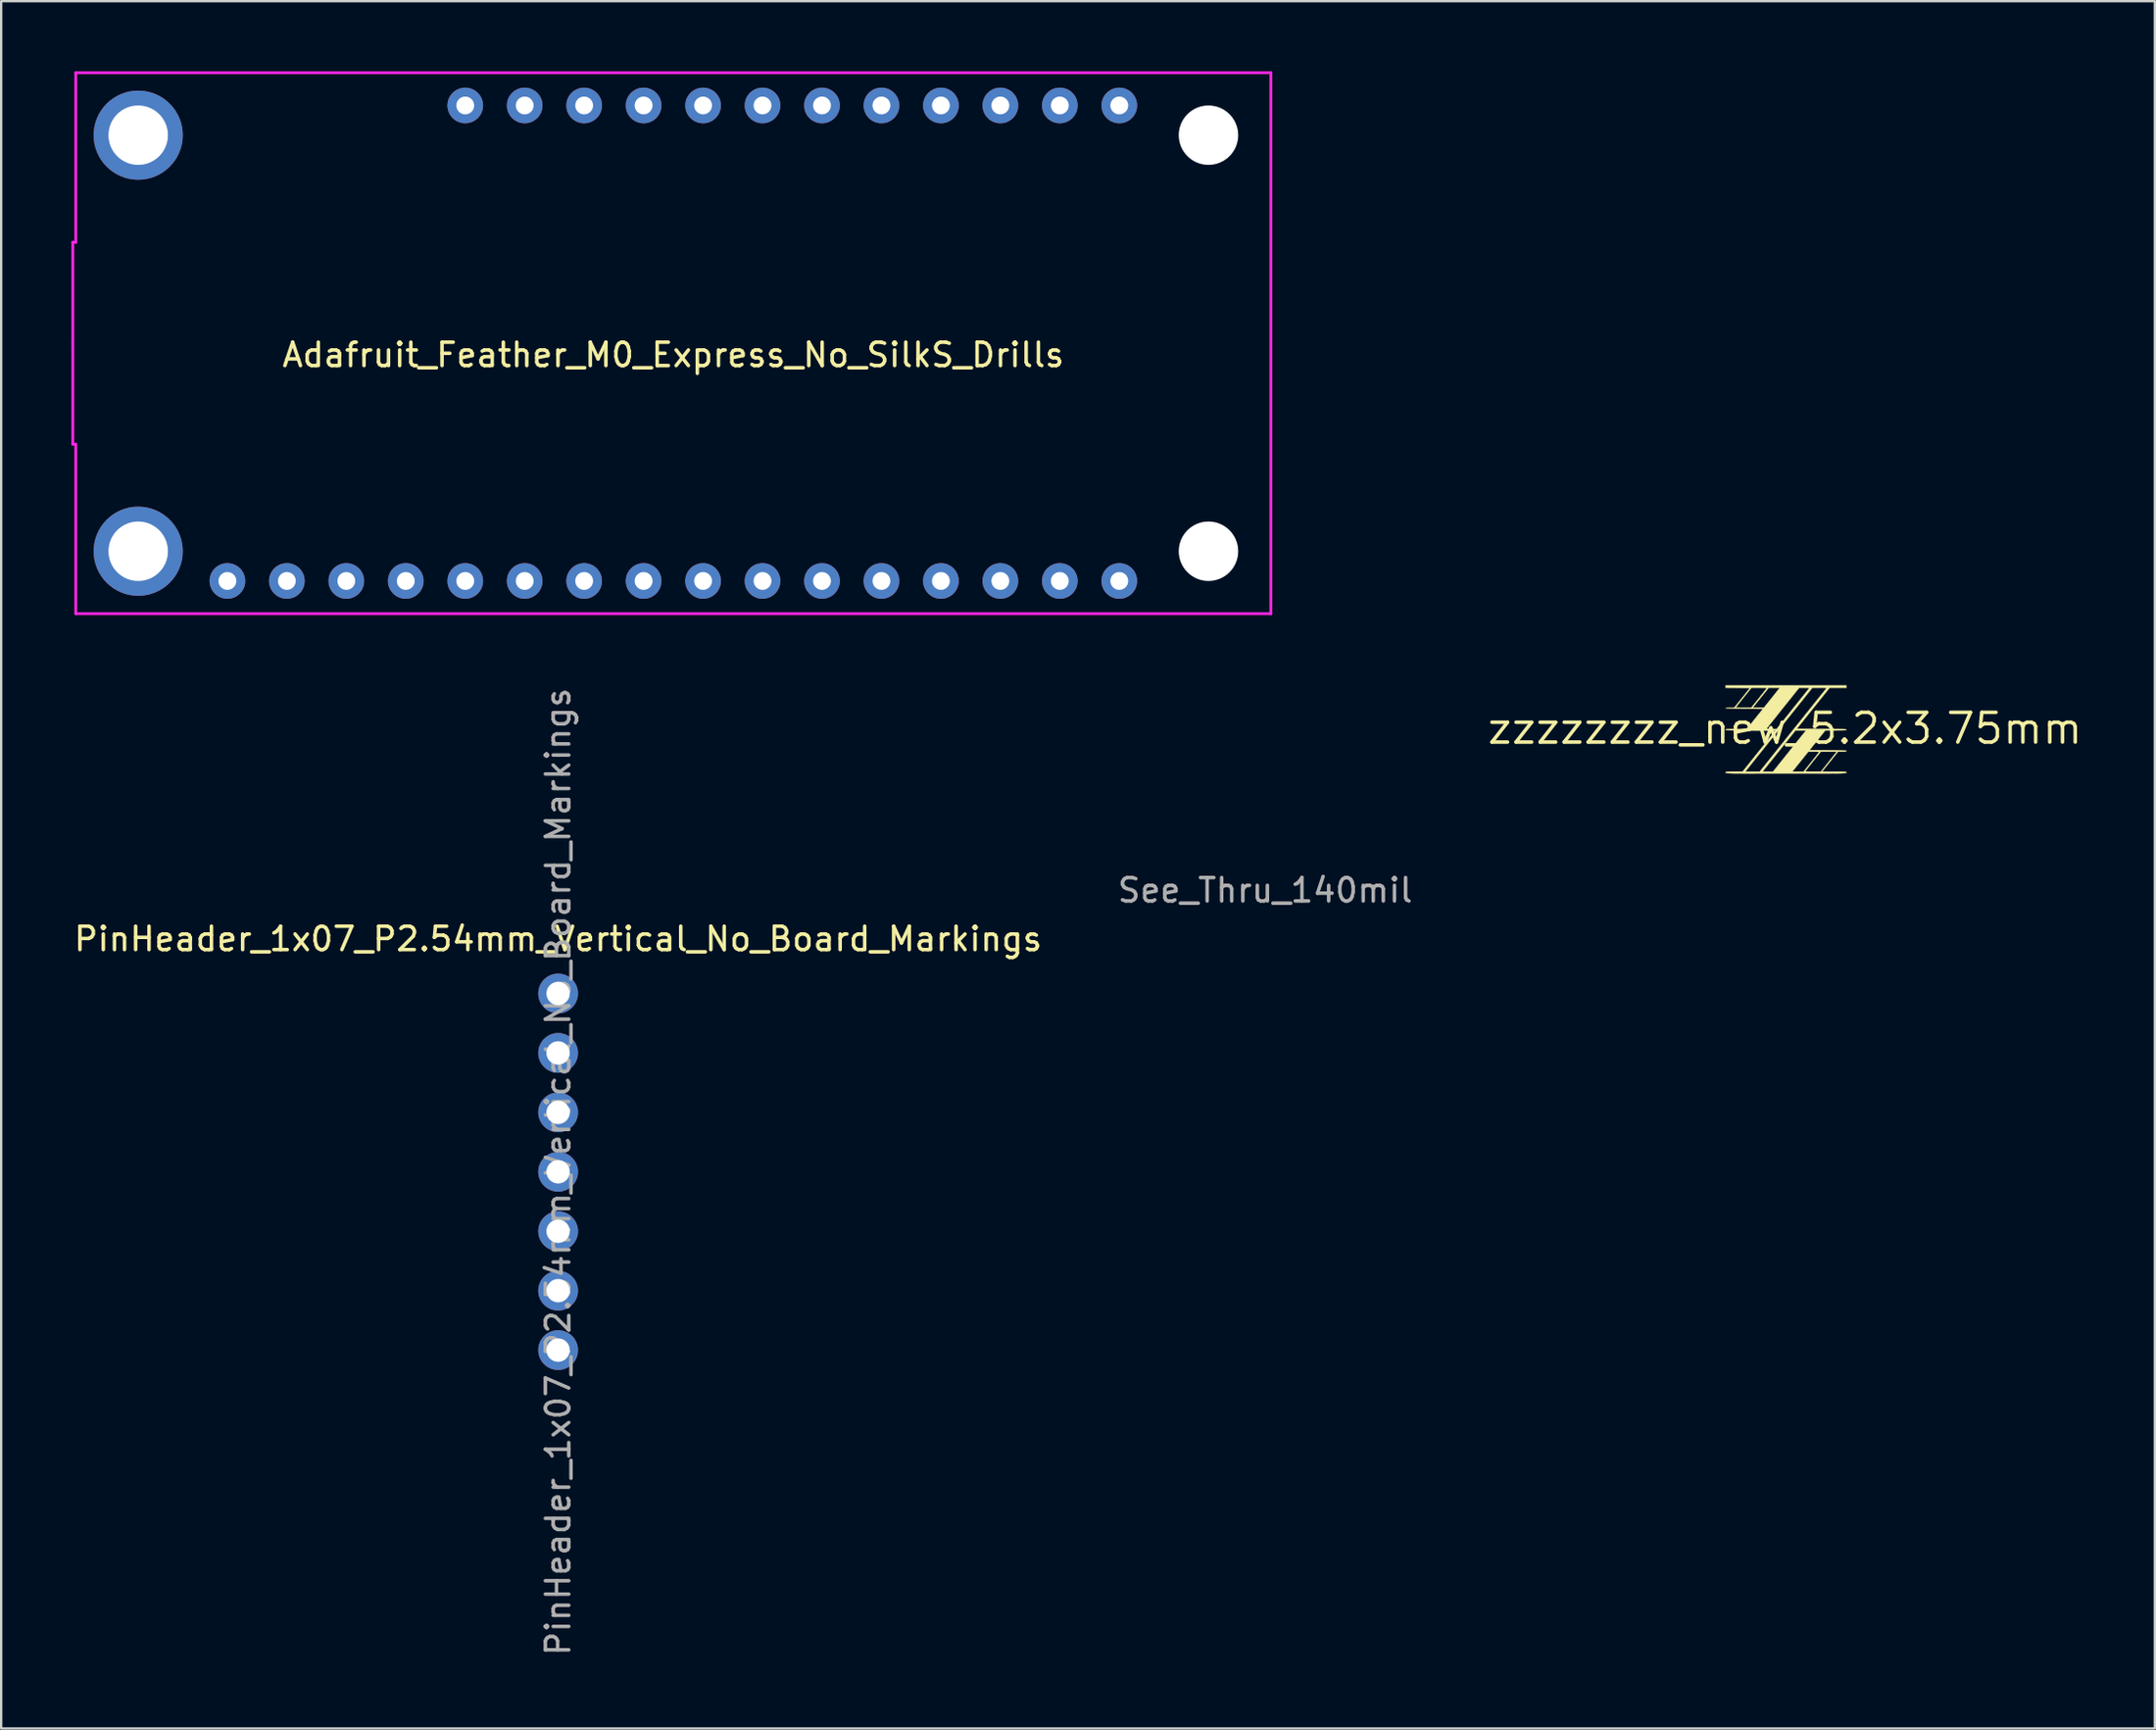
<source format=kicad_pcb>
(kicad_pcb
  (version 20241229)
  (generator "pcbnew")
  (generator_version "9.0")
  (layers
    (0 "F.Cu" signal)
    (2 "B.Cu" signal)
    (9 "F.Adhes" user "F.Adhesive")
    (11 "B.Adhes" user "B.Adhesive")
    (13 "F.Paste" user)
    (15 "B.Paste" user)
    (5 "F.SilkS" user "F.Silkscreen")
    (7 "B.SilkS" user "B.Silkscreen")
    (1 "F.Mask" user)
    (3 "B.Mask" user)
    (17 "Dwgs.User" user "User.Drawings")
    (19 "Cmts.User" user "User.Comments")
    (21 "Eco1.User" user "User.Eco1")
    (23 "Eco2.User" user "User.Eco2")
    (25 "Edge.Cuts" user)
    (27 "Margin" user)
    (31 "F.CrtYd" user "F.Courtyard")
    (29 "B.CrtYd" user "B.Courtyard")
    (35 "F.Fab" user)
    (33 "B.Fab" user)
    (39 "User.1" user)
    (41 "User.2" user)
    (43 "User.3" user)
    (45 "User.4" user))
  (footprint "PinHeader_1x07_P2.54mm_Vertical_No_Board_Markings"
    (layer "F.Cu")
    (at 20.792 39.406)
    (property "Reference" "PinHeader_1x07_P2.54mm_Vertical_No_Board_Markings" (at 0 -2.33 0) (layer "F.SilkS") (effects (font (size 1 1) (thickness 0.15))))
    (attr through_hole)
    (fp_text user "${REFERENCE}" (at 0 7.62 90) (layer "F.Fab") (effects (font (size 1 1) (thickness 0.15))))
    (pad "1" thru_hole circle (at 0 0) (size 1.7 1.7) (drill 1) (layers "*.Cu" "*.Mask"))
    (pad "2" thru_hole oval (at 0 2.54) (size 1.7 1.7) (drill 1) (layers "*.Cu" "*.Mask"))
    (pad "3" thru_hole oval (at 0 5.08) (size 1.7 1.7) (drill 1) (layers "*.Cu" "*.Mask"))
    (pad "4" thru_hole oval (at 0 7.62) (size 1.7 1.7) (drill 1) (layers "*.Cu" "*.Mask"))
    (pad "5" thru_hole oval (at 0 10.16) (size 1.7 1.7) (drill 1) (layers "*.Cu" "*.Mask"))
    (pad "6" thru_hole oval (at 0 12.7) (size 1.7 1.7) (drill 1) (layers "*.Cu" "*.Mask"))
    (pad "7" thru_hole oval (at 0 15.24) (size 1.7 1.7) (drill 1) (layers "*.Cu" "*.Mask")))
  (footprint "See_Thru_140mil"
    (layer "F.Cu")
    (at 50.867 28.012)
    (property "Reference" "See_Thru_140mil" (at 0.127 6.985 0) (layer "F.Fab") (effects (font (size 1 1) (thickness 0.15))))
    (attr through_hole)
    (pad "" smd circle (at 0 0) (size 3.556 3.556) (layers "*.Mask")))
  (footprint "zzzzzzzz_new_5.2x3.75mm"
    (layer "F.Cu")
    (at 73.203 28.081)
    (property "Reference" "zzzzzzzz_new_5.2x3.75mm" (at 0 0 0) (layer "F.SilkS") (effects (font (size 1.27 1.27) (thickness 0.15))))
    (attr through_hole)
    (fp_poly (pts (xy 2.003 0.974) (xy 2.101 0.977) (xy 2.166 0.981) (xy 2.204 0.987) (xy 2.218 0.996) (xy 2.219 1.001) (xy 2.204 1.025) (xy 2.167 1.077) (xy 2.111 1.152) (xy 2.039 1.246) (xy 1.955 1.354) (xy 1.884 1.445) (xy 1.556 1.861) (xy 1.189 1.862) (xy 1.048 1.861) (xy 0.939 1.858) (xy 0.866 1.853) (xy 0.831 1.845) (xy 0.829 1.842) (xy 0.844 1.82) (xy 0.881 1.77) (xy 0.938 1.697) (xy 1.01 1.604) (xy 1.094 1.496) (xy 1.173 1.397) (xy 1.509 0.974) (xy 1.868 0.974) (xy 2.003 0.974)) (stroke (width 0.01) (type solid)) (fill yes) (layer "F.Mask"))
    (fp_poly (pts (xy -0.962 -1.756) (xy -0.867 -1.755) (xy -0.803 -1.751) (xy -0.765 -1.746) (xy -0.749 -1.737) (xy -0.748 -1.726) (xy -0.764 -1.702) (xy -0.803 -1.649) (xy -0.861 -1.573) (xy -0.934 -1.48) (xy -1.019 -1.373) (xy -1.083 -1.292) (xy -1.405 -0.889) (xy -1.773 -0.889) (xy -1.905 -0.889) (xy -2.001 -0.89) (xy -2.064 -0.893) (xy -2.102 -0.897) (xy -2.119 -0.904) (xy -2.12 -0.915) (xy -2.113 -0.928) (xy -2.092 -0.955) (xy -2.049 -1.01) (xy -1.987 -1.087) (xy -1.912 -1.183) (xy -1.826 -1.291) (xy -1.769 -1.362) (xy -1.453 -1.757) (xy -1.095 -1.757) (xy -0.962 -1.756)) (stroke (width 0.01) (type solid)) (fill yes) (layer "F.Mask"))
    (fp_poly (pts (xy 1.617 -1.756) (xy 1.71 -1.754) (xy 1.769 -1.749) (xy 1.8 -1.743) (xy 1.808 -1.733) (xy 1.807 -1.73) (xy 1.791 -1.711) (xy 1.752 -1.66) (xy 1.689 -1.581) (xy 1.605 -1.475) (xy 1.501 -1.344) (xy 1.379 -1.192) (xy 1.242 -1.02) (xy 1.09 -0.829) (xy 0.926 -0.623) (xy 0.75 -0.404) (xy 0.566 -0.173) (xy 0.374 0.067) (xy 0.364 0.079) (xy -1.063 1.863) (xy -1.391 1.863) (xy -1.517 1.862) (xy -1.606 1.86) (xy -1.664 1.856) (xy -1.696 1.85) (xy -1.708 1.84) (xy -1.707 1.832) (xy -1.693 1.812) (xy -1.654 1.761) (xy -1.591 1.681) (xy -1.508 1.575) (xy -1.404 1.444) (xy -1.283 1.291) (xy -1.146 1.119) (xy -0.995 0.928) (xy -0.831 0.722) (xy -0.656 0.502) (xy -0.471 0.272) (xy -0.28 0.032) (xy -0.272 0.023) (xy 1.151 -1.757) (xy 1.487 -1.757) (xy 1.617 -1.756)) (stroke (width 0.01) (type solid)) (fill yes) (layer "F.Mask"))
    (fp_poly (pts (xy 2.625 -1.736) (xy 1.905 -1.736) (xy 0.508 0.011) (xy 1.566 0.016) (xy 1.808 0.017) (xy 2.01 0.019) (xy 2.177 0.021) (xy 2.312 0.023) (xy 2.417 0.025) (xy 2.497 0.028) (xy 2.554 0.032) (xy 2.592 0.037) (xy 2.614 0.042) (xy 2.623 0.049) (xy 2.625 0.053) (xy 2.62 0.064) (xy 2.601 0.072) (xy 2.563 0.077) (xy 2.502 0.081) (xy 2.412 0.083) (xy 2.289 0.084) (xy 2.173 0.085) (xy 1.722 0.085) (xy 1.388 0.503) (xy 1.054 0.921) (xy 1.84 0.926) (xy 2.045 0.928) (xy 2.212 0.93) (xy 2.345 0.932) (xy 2.446 0.935) (xy 2.521 0.938) (xy 2.572 0.943) (xy 2.604 0.948) (xy 2.62 0.955) (xy 2.625 0.963) (xy 2.625 0.963) (xy 2.617 0.979) (xy 2.588 0.989) (xy 2.532 0.994) (xy 2.445 0.995) (xy 2.266 0.995) (xy 1.926 1.418) (xy 1.586 1.841) (xy 2.106 1.841) (xy 2.267 1.842) (xy 2.391 1.842) (xy 2.482 1.844) (xy 2.546 1.847) (xy 2.587 1.851) (xy 2.611 1.858) (xy 2.622 1.867) (xy 2.625 1.879) (xy 2.625 1.884) (xy 2.624 1.89) (xy 2.621 1.896) (xy 2.614 1.901) (xy 2.599 1.905) (xy 2.576 1.909) (xy 2.541 1.912) (xy 2.492 1.915) (xy 2.428 1.918) (xy 2.346 1.92) (xy 2.244 1.922) (xy 2.12 1.923) (xy 1.971 1.924) (xy 1.795 1.925) (xy 1.59 1.925) (xy 1.354 1.926) (xy 1.084 1.926) (xy 0.779 1.926) (xy 0.436 1.926) (xy 0.053 1.926) (xy 0.042 1.926) (xy -0.342 1.926) (xy -0.686 1.926) (xy -0.992 1.926) (xy -1.262 1.926) (xy -1.499 1.925) (xy -1.705 1.925) (xy -1.882 1.924) (xy -2.031 1.923) (xy -2.157 1.922) (xy -2.259 1.92) (xy -2.342 1.918) (xy -2.406 1.915) (xy -2.455 1.913) (xy -2.49 1.909) (xy -2.514 1.905) (xy -2.529 1.901) (xy -2.536 1.896) (xy -2.539 1.89) (xy -2.54 1.884) (xy -2.54 1.884) (xy -2.538 1.868) (xy -2.529 1.857) (xy -2.505 1.85) (xy -2.463 1.845) (xy -2.395 1.842) (xy -2.339 1.841) (xy -1.693 1.841) (xy -1.08 1.841) (xy -0.958 1.841) (xy -0.512 1.841) (xy 0.316 1.841) (xy 0.555 1.841) (xy 0.794 1.841) (xy 0.802 1.831) (xy 0.868 1.831) (xy 0.888 1.834) (xy 0.943 1.837) (xy 1.026 1.839) (xy 1.13 1.84) (xy 1.201 1.84) (xy 1.535 1.839) (xy 1.789 1.519) (xy 1.874 1.411) (xy 1.956 1.307) (xy 2.03 1.215) (xy 2.088 1.141) (xy 2.124 1.097) (xy 2.205 0.995) (xy 1.528 0.995) (xy 1.198 1.407) (xy 1.108 1.521) (xy 1.027 1.623) (xy 0.959 1.71) (xy 0.907 1.776) (xy 0.876 1.818) (xy 0.868 1.831) (xy 0.802 1.831) (xy 1.101 1.457) (xy 1.19 1.345) (xy 1.271 1.243) (xy 1.34 1.155) (xy 1.394 1.087) (xy 1.427 1.044) (xy 1.435 1.034) (xy 1.445 1.017) (xy 1.441 1.006) (xy 1.417 0.999) (xy 1.367 0.996) (xy 1.283 0.995) (xy 1.229 0.995) (xy 0.996 0.995) (xy 0.656 1.418) (xy 0.316 1.841) (xy -0.512 1.841) (xy 0.118 1.053) (xy 0.247 0.891) (xy 0.371 0.737) (xy 0.485 0.594) (xy 0.588 0.465) (xy 0.676 0.355) (xy 0.747 0.267) (xy 0.796 0.205) (xy 0.821 0.175) (xy 0.894 0.085) (xy 0.449 0.085) (xy -0.181 0.873) (xy -0.311 1.035) (xy -0.434 1.189) (xy -0.549 1.333) (xy -0.652 1.461) (xy -0.74 1.571) (xy -0.81 1.659) (xy -0.86 1.721) (xy -0.885 1.752) (xy -0.958 1.841) (xy -1.08 1.841) (xy 0.32 0.09) (xy 0.511 -0.149) (xy 0.695 -0.378) (xy 0.87 -0.597) (xy 1.034 -0.802) (xy 1.186 -0.992) (xy 1.323 -1.164) (xy 1.445 -1.316) (xy 1.549 -1.445) (xy 1.634 -1.551) (xy 1.697 -1.63) (xy 1.737 -1.68) (xy 1.753 -1.699) (xy 1.763 -1.713) (xy 1.76 -1.723) (xy 1.74 -1.73) (xy 1.695 -1.733) (xy 1.621 -1.735) (xy 1.512 -1.736) (xy 1.477 -1.736) (xy 1.168 -1.736) (xy -0.263 0.053) (xy -1.693 1.841) (xy -2.339 1.841) (xy -2.296 1.841) (xy -2.175 1.84) (xy -1.81 1.839) (xy -1.114 0.967) (xy -0.419 0.095) (xy -1.48 0.09) (xy -1.721 0.088) (xy -1.924 0.087) (xy -2.091 0.085) (xy -2.226 0.083) (xy -2.331 0.081) (xy -2.411 0.077) (xy -2.469 0.074) (xy -2.507 0.069) (xy -2.529 0.063) (xy -2.539 0.057) (xy -2.54 0.053) (xy -2.535 0.042) (xy -2.516 0.034) (xy -2.479 0.028) (xy -2.418 0.025) (xy -2.328 0.022) (xy -2.205 0.021) (xy -2.087 0.021) (xy -1.634 0.021) (xy -1.62 0.003) (xy -0.78 0.003) (xy -0.763 0.011) (xy -0.713 0.017) (xy -0.637 0.02) (xy -0.574 0.021) (xy -0.36 0.021) (xy 0.32 -0.831) (xy 0.453 -0.996) (xy 0.577 -1.152) (xy 0.691 -1.295) (xy 0.793 -1.422) (xy 0.879 -1.53) (xy 0.947 -1.615) (xy 0.995 -1.675) (xy 1.019 -1.706) (xy 1.022 -1.709) (xy 1.023 -1.721) (xy 0.999 -1.729) (xy 0.945 -1.734) (xy 0.856 -1.735) (xy 0.823 -1.735) (xy 0.603 -1.735) (xy -0.085 -0.875) (xy -0.217 -0.709) (xy -0.341 -0.553) (xy -0.455 -0.41) (xy -0.556 -0.283) (xy -0.641 -0.176) (xy -0.708 -0.091) (xy -0.754 -0.031) (xy -0.777 -0.00019) (xy -0.78 0.003) (xy -1.62 0.003) (xy -1.291 -0.407) (xy -0.948 -0.836) (xy -1.744 -0.842) (xy -1.965 -0.844) (xy -2.153 -0.847) (xy -2.305 -0.85) (xy -2.421 -0.855) (xy -2.499 -0.86) (xy -2.537 -0.866) (xy -2.54 -0.868) (xy -2.52 -0.878) (xy -2.466 -0.886) (xy -2.386 -0.89) (xy -2.355 -0.89) (xy -2.17 -0.891) (xy -2.163 -0.9) (xy -2.095 -0.9) (xy -2.076 -0.896) (xy -2.02 -0.893) (xy -1.938 -0.891) (xy -1.834 -0.889) (xy -1.77 -0.889) (xy -1.444 -0.889) (xy -1.377 -0.889) (xy -0.9 -0.891) (xy -0.646 -1.212) (xy -0.56 -1.319) (xy -0.478 -1.423) (xy -0.404 -1.516) (xy -0.346 -1.589) (xy -0.31 -1.634) (xy -0.229 -1.736) (xy -0.697 -1.736) (xy -1.037 -1.312) (xy -1.377 -0.889) (xy -1.444 -0.889) (xy -1.113 -1.301) (xy -1.023 -1.415) (xy -0.942 -1.517) (xy -0.874 -1.604) (xy -0.822 -1.67) (xy -0.791 -1.712) (xy -0.783 -1.725) (xy -0.803 -1.728) (xy -0.858 -1.732) (xy -0.941 -1.734) (xy -1.045 -1.735) (xy -1.109 -1.736) (xy -1.435 -1.736) (xy -1.765 -1.323) (xy -1.856 -1.21) (xy -1.937 -1.108) (xy -2.005 -1.021) (xy -2.056 -0.954) (xy -2.087 -0.912) (xy -2.095 -0.9) (xy -2.163 -0.9) (xy -1.838 -1.308) (xy -1.507 -1.725) (xy -2.024 -1.731) (xy -2.54 -1.736) (xy -2.54 -1.841) (xy 2.625 -1.841) (xy 2.625 -1.736)) (stroke (width 0.01) (type solid)) (fill yes) (layer "F.SilkS")))
  (footprint "Adafruit_Feather_M0_Express_No_SilkS_Drills"
    (layer "F.Cu")
    (at 25.714 11.617)
    (property "Reference" "Adafruit_Feather_M0_Express_No_SilkS_Drills" (at 0 0.5 0) (layer "F.SilkS") (effects (font (size 1 1) (thickness 0.15))))
    (attr through_hole)
    (fp_line (start -25.654 -4.318) (end -25.654 0) (stroke (width 0.12) (type solid)) (layer "F.CrtYd"))
    (fp_line (start -25.654 0) (end -25.654 4.318) (stroke (width 0.12) (type solid)) (layer "F.CrtYd"))
    (fp_line (start -25.654 4.318) (end -25.527 4.318) (stroke (width 0.12) (type solid)) (layer "F.CrtYd"))
    (fp_line (start -25.527 -11.557) (end 25.527 -11.557) (stroke (width 0.12) (type solid)) (layer "F.CrtYd"))
    (fp_line (start -25.527 -4.318) (end -25.654 -4.318) (stroke (width 0.12) (type solid)) (layer "F.CrtYd"))
    (fp_line (start -25.527 -4.318) (end -25.527 -11.557) (stroke (width 0.12) (type solid)) (layer "F.CrtYd"))
    (fp_line (start -25.527 11.557) (end -25.527 4.318) (stroke (width 0.12) (type solid)) (layer "F.CrtYd"))
    (fp_line (start 25.527 -11.557) (end 25.527 11.557) (stroke (width 0.12) (type solid)) (layer "F.CrtYd"))
    (fp_line (start 25.527 11.557) (end -25.527 11.557) (stroke (width 0.12) (type solid)) (layer "F.CrtYd"))
    (pad "" np_thru_hole circle (at -22.86 -8.89) (size 3.81 3.81) (drill 2.54) (layers "*.Cu" "*.Mask"))
    (pad "" np_thru_hole circle (at -22.86 8.89) (size 3.81 3.81) (drill 2.54) (layers "*.Cu" "*.Mask"))
    (pad "" np_thru_hole circle (at 22.86 -8.89) (size 2.54 2.54) (drill 2.54) (layers "*.Cu" "*.Mask"))
    (pad "" np_thru_hole circle (at 22.86 8.89) (size 2.54 2.54) (drill 2.54) (layers "*.Cu" "*.Mask"))
    (pad "1" thru_hole circle (at -19.05 10.16) (size 1.524 1.524) (drill 0.762) (layers "*.Cu" "*.Mask"))
    (pad "2" thru_hole circle (at -16.51 10.16) (size 1.524 1.524) (drill 0.762) (layers "*.Cu" "*.Mask"))
    (pad "3" thru_hole circle (at -13.97 10.16) (size 1.524 1.524) (drill 0.762) (layers "*.Cu" "*.Mask"))
    (pad "4" thru_hole circle (at -11.43 10.16) (size 1.524 1.524) (drill 0.762) (layers "*.Cu" "*.Mask"))
    (pad "5" thru_hole circle (at -8.89 10.16) (size 1.524 1.524) (drill 0.762) (layers "*.Cu" "*.Mask"))
    (pad "6" thru_hole circle (at -6.35 10.16) (size 1.524 1.524) (drill 0.762) (layers "*.Cu" "*.Mask"))
    (pad "7" thru_hole circle (at -3.81 10.16) (size 1.524 1.524) (drill 0.762) (layers "*.Cu" "*.Mask"))
    (pad "8" thru_hole circle (at -1.27 10.16) (size 1.524 1.524) (drill 0.762) (layers "*.Cu" "*.Mask"))
    (pad "9" thru_hole circle (at 1.27 10.16) (size 1.524 1.524) (drill 0.762) (layers "*.Cu" "*.Mask"))
    (pad "10" thru_hole circle (at 3.81 10.16) (size 1.524 1.524) (drill 0.762) (layers "*.Cu" "*.Mask"))
    (pad "11" thru_hole circle (at 6.35 10.16) (size 1.524 1.524) (drill 0.762) (layers "*.Cu" "*.Mask"))
    (pad "12" thru_hole circle (at 8.89 10.16) (size 1.524 1.524) (drill 0.762) (layers "*.Cu" "*.Mask"))
    (pad "13" thru_hole circle (at 11.43 10.16) (size 1.524 1.524) (drill 0.762) (layers "*.Cu" "*.Mask"))
    (pad "14" thru_hole circle (at 13.97 10.16) (size 1.524 1.524) (drill 0.762) (layers "*.Cu" "*.Mask"))
    (pad "15" thru_hole circle (at 16.51 10.16) (size 1.524 1.524) (drill 0.762) (layers "*.Cu" "*.Mask"))
    (pad "16" thru_hole circle (at 19.05 10.16) (size 1.524 1.524) (drill 0.762) (layers "*.Cu" "*.Mask"))
    (pad "17" thru_hole circle (at 19.05 -10.16) (size 1.524 1.524) (drill 0.762) (layers "*.Cu" "*.Mask"))
    (pad "18" thru_hole circle (at 16.51 -10.16) (size 1.524 1.524) (drill 0.762) (layers "*.Cu" "*.Mask"))
    (pad "19" thru_hole circle (at 13.97 -10.16) (size 1.524 1.524) (drill 0.762) (layers "*.Cu" "*.Mask"))
    (pad "20" thru_hole circle (at 11.43 -10.16) (size 1.524 1.524) (drill 0.762) (layers "*.Cu" "*.Mask"))
    (pad "21" thru_hole circle (at 8.89 -10.16) (size 1.524 1.524) (drill 0.762) (layers "*.Cu" "*.Mask"))
    (pad "22" thru_hole circle (at 6.35 -10.16) (size 1.524 1.524) (drill 0.762) (layers "*.Cu" "*.Mask"))
    (pad "23" thru_hole circle (at 3.81 -10.16) (size 1.524 1.524) (drill 0.762) (layers "*.Cu" "*.Mask"))
    (pad "24" thru_hole circle (at 1.27 -10.16) (size 1.524 1.524) (drill 0.762) (layers "*.Cu" "*.Mask"))
    (pad "25" thru_hole circle (at -1.27 -10.16) (size 1.524 1.524) (drill 0.762) (layers "*.Cu" "*.Mask"))
    (pad "26" thru_hole circle (at -3.81 -10.16) (size 1.524 1.524) (drill 0.762) (layers "*.Cu" "*.Mask"))
    (pad "27" thru_hole circle (at -6.35 -10.16) (size 1.524 1.524) (drill 0.762) (layers "*.Cu" "*.Mask"))
    (pad "28" thru_hole circle (at -8.89 -10.16) (size 1.524 1.524) (drill 0.762) (layers "*.Cu" "*.Mask")))
  (gr_rect
    (start -3 -3)
    (end 89.001 70.817)
    (stroke (width 0.1) (type default))
    (fill no)
    (layer "Edge.Cuts")))
</source>
